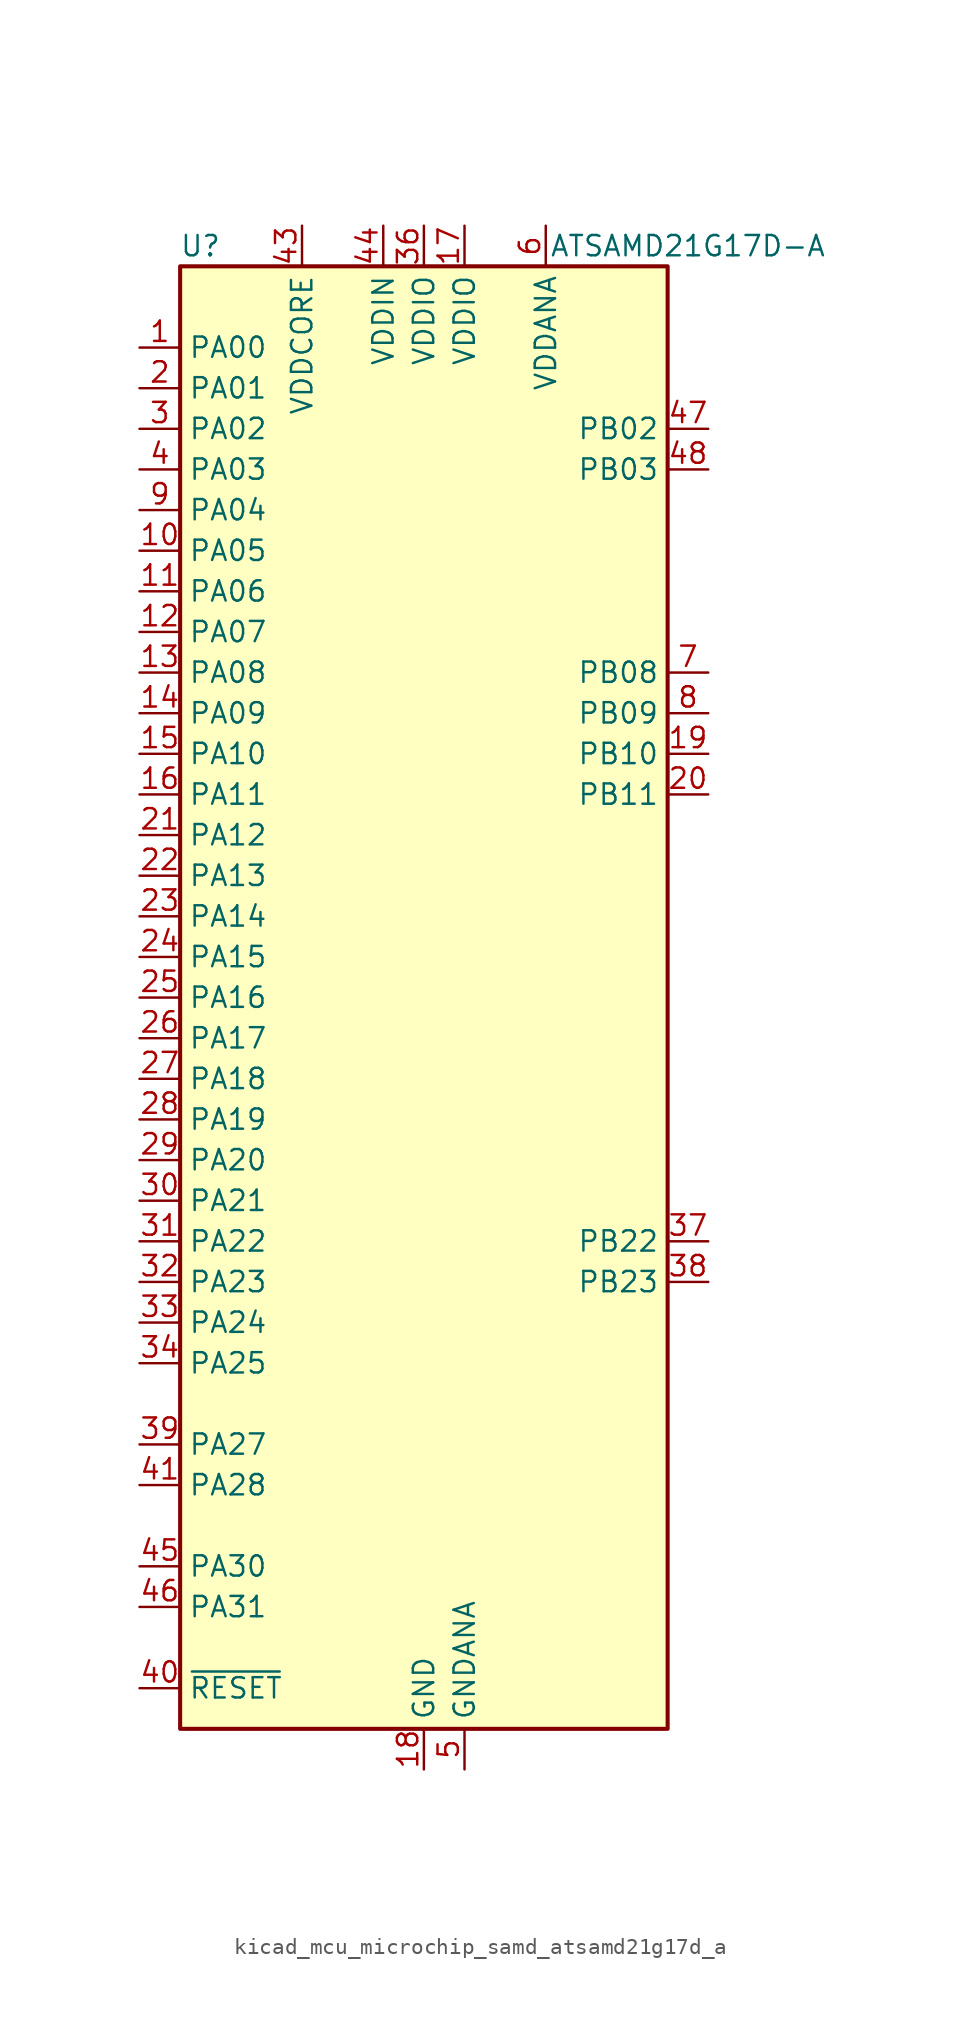
<source format=kicad_sym>
(kicad_symbol_lib
  (version 20220914)
  (generator kicad_symbol_editor)
  (symbol "kicad_mcu_microchip_samd_atsamd21g17d_a"
    (property "Reference" "U"
      (at -13.97 46.99 0)
      (effects (font (size 1.27 1.27))))
    (property "Value" "ATSAMD21G17D-A"
      (at 16.51 46.99 0)
      (effects (font (size 1.27 1.27))))
    (symbol "kicad_mcu_microchip_samd_atsamd21g17d_a_0_1"
      (rectangle (start -15.24 45.72) (end 15.24 -45.72) (stroke (width 0.254) (type default)) (fill (type background))))
    (symbol "kicad_mcu_microchip_samd_atsamd21g17d_a_1_1"
      (pin bidirectional line (at -17.78 40.64 0) (length 2.54) (name "PA00" (effects (font (size 1.27 1.27)))) (number "1" (effects (font (size 1.27 1.27)))))
      (pin bidirectional line (at -17.78 27.94 0) (length 2.54) (name "PA05" (effects (font (size 1.27 1.27)))) (number "10" (effects (font (size 1.27 1.27)))))
      (pin bidirectional line (at -17.78 25.4 0) (length 2.54) (name "PA06" (effects (font (size 1.27 1.27)))) (number "11" (effects (font (size 1.27 1.27)))))
      (pin bidirectional line (at -17.78 22.86 0) (length 2.54) (name "PA07" (effects (font (size 1.27 1.27)))) (number "12" (effects (font (size 1.27 1.27)))))
      (pin bidirectional line (at -17.78 20.32 0) (length 2.54) (name "PA08" (effects (font (size 1.27 1.27)))) (number "13" (effects (font (size 1.27 1.27)))))
      (pin bidirectional line (at -17.78 17.78 0) (length 2.54) (name "PA09" (effects (font (size 1.27 1.27)))) (number "14" (effects (font (size 1.27 1.27)))))
      (pin bidirectional line (at -17.78 15.24 0) (length 2.54) (name "PA10" (effects (font (size 1.27 1.27)))) (number "15" (effects (font (size 1.27 1.27)))))
      (pin bidirectional line (at -17.78 12.7 0) (length 2.54) (name "PA11" (effects (font (size 1.27 1.27)))) (number "16" (effects (font (size 1.27 1.27)))))
      (pin power_in line (at 2.54 48.26 270) (length 2.54) (name "VDDIO" (effects (font (size 1.27 1.27)))) (number "17" (effects (font (size 1.27 1.27)))))
      (pin power_in line (at 0 -48.26 90) (length 2.54) (name "GND" (effects (font (size 1.27 1.27)))) (number "18" (effects (font (size 1.27 1.27)))))
      (pin bidirectional line (at 17.78 15.24 180) (length 2.54) (name "PB10" (effects (font (size 1.27 1.27)))) (number "19" (effects (font (size 1.27 1.27)))))
      (pin bidirectional line (at -17.78 38.1 0) (length 2.54) (name "PA01" (effects (font (size 1.27 1.27)))) (number "2" (effects (font (size 1.27 1.27)))))
      (pin bidirectional line (at 17.78 12.7 180) (length 2.54) (name "PB11" (effects (font (size 1.27 1.27)))) (number "20" (effects (font (size 1.27 1.27)))))
      (pin bidirectional line (at -17.78 10.16 0) (length 2.54) (name "PA12" (effects (font (size 1.27 1.27)))) (number "21" (effects (font (size 1.27 1.27)))))
      (pin bidirectional line (at -17.78 7.62 0) (length 2.54) (name "PA13" (effects (font (size 1.27 1.27)))) (number "22" (effects (font (size 1.27 1.27)))))
      (pin bidirectional line (at -17.78 5.08 0) (length 2.54) (name "PA14" (effects (font (size 1.27 1.27)))) (number "23" (effects (font (size 1.27 1.27)))))
      (pin bidirectional line (at -17.78 2.54 0) (length 2.54) (name "PA15" (effects (font (size 1.27 1.27)))) (number "24" (effects (font (size 1.27 1.27)))))
      (pin bidirectional line (at -17.78 0 0) (length 2.54) (name "PA16" (effects (font (size 1.27 1.27)))) (number "25" (effects (font (size 1.27 1.27)))))
      (pin bidirectional line (at -17.78 -2.54 0) (length 2.54) (name "PA17" (effects (font (size 1.27 1.27)))) (number "26" (effects (font (size 1.27 1.27)))))
      (pin bidirectional line (at -17.78 -5.08 0) (length 2.54) (name "PA18" (effects (font (size 1.27 1.27)))) (number "27" (effects (font (size 1.27 1.27)))))
      (pin bidirectional line (at -17.78 -7.62 0) (length 2.54) (name "PA19" (effects (font (size 1.27 1.27)))) (number "28" (effects (font (size 1.27 1.27)))))
      (pin bidirectional line (at -17.78 -10.16 0) (length 2.54) (name "PA20" (effects (font (size 1.27 1.27)))) (number "29" (effects (font (size 1.27 1.27)))))
      (pin bidirectional line (at -17.78 35.56 0) (length 2.54) (name "PA02" (effects (font (size 1.27 1.27)))) (number "3" (effects (font (size 1.27 1.27)))))
      (pin bidirectional line (at -17.78 -12.7 0) (length 2.54) (name "PA21" (effects (font (size 1.27 1.27)))) (number "30" (effects (font (size 1.27 1.27)))))
      (pin bidirectional line (at -17.78 -15.24 0) (length 2.54) (name "PA22" (effects (font (size 1.27 1.27)))) (number "31" (effects (font (size 1.27 1.27)))))
      (pin bidirectional line (at -17.78 -17.78 0) (length 2.54) (name "PA23" (effects (font (size 1.27 1.27)))) (number "32" (effects (font (size 1.27 1.27)))))
      (pin bidirectional line (at -17.78 -20.32 0) (length 2.54) (name "PA24" (effects (font (size 1.27 1.27)))) (number "33" (effects (font (size 1.27 1.27)))))
      (pin bidirectional line (at -17.78 -22.86 0) (length 2.54) (name "PA25" (effects (font (size 1.27 1.27)))) (number "34" (effects (font (size 1.27 1.27)))))
      (pin passive line (at 0 -48.26 90) (length 2.54) hide (name "GND" (effects (font (size 1.27 1.27)))) (number "35" (effects (font (size 1.27 1.27)))))
      (pin power_in line (at 0 48.26 270) (length 2.54) (name "VDDIO" (effects (font (size 1.27 1.27)))) (number "36" (effects (font (size 1.27 1.27)))))
      (pin bidirectional line (at 17.78 -15.24 180) (length 2.54) (name "PB22" (effects (font (size 1.27 1.27)))) (number "37" (effects (font (size 1.27 1.27)))))
      (pin bidirectional line (at 17.78 -17.78 180) (length 2.54) (name "PB23" (effects (font (size 1.27 1.27)))) (number "38" (effects (font (size 1.27 1.27)))))
      (pin bidirectional line (at -17.78 -27.94 0) (length 2.54) (name "PA27" (effects (font (size 1.27 1.27)))) (number "39" (effects (font (size 1.27 1.27)))))
      (pin bidirectional line (at -17.78 33.02 0) (length 2.54) (name "PA03" (effects (font (size 1.27 1.27)))) (number "4" (effects (font (size 1.27 1.27)))))
      (pin input line (at -17.78 -43.18 0) (length 2.54) (name "~{RESET}" (effects (font (size 1.27 1.27)))) (number "40" (effects (font (size 1.27 1.27)))))
      (pin bidirectional line (at -17.78 -30.48 0) (length 2.54) (name "PA28" (effects (font (size 1.27 1.27)))) (number "41" (effects (font (size 1.27 1.27)))))
      (pin passive line (at 0 -48.26 90) (length 2.54) hide (name "GND" (effects (font (size 1.27 1.27)))) (number "42" (effects (font (size 1.27 1.27)))))
      (pin power_out line (at -7.62 48.26 270) (length 2.54) (name "VDDCORE" (effects (font (size 1.27 1.27)))) (number "43" (effects (font (size 1.27 1.27)))))
      (pin power_in line (at -2.54 48.26 270) (length 2.54) (name "VDDIN" (effects (font (size 1.27 1.27)))) (number "44" (effects (font (size 1.27 1.27)))))
      (pin bidirectional line (at -17.78 -35.56 0) (length 2.54) (name "PA30" (effects (font (size 1.27 1.27)))) (number "45" (effects (font (size 1.27 1.27)))))
      (pin bidirectional line (at -17.78 -38.1 0) (length 2.54) (name "PA31" (effects (font (size 1.27 1.27)))) (number "46" (effects (font (size 1.27 1.27)))))
      (pin bidirectional line (at 17.78 35.56 180) (length 2.54) (name "PB02" (effects (font (size 1.27 1.27)))) (number "47" (effects (font (size 1.27 1.27)))))
      (pin bidirectional line (at 17.78 33.02 180) (length 2.54) (name "PB03" (effects (font (size 1.27 1.27)))) (number "48" (effects (font (size 1.27 1.27)))))
      (pin power_in line (at 2.54 -48.26 90) (length 2.54) (name "GNDANA" (effects (font (size 1.27 1.27)))) (number "5" (effects (font (size 1.27 1.27)))))
      (pin power_in line (at 7.62 48.26 270) (length 2.54) (name "VDDANA" (effects (font (size 1.27 1.27)))) (number "6" (effects (font (size 1.27 1.27)))))
      (pin bidirectional line (at 17.78 20.32 180) (length 2.54) (name "PB08" (effects (font (size 1.27 1.27)))) (number "7" (effects (font (size 1.27 1.27)))))
      (pin bidirectional line (at 17.78 17.78 180) (length 2.54) (name "PB09" (effects (font (size 1.27 1.27)))) (number "8" (effects (font (size 1.27 1.27)))))
      (pin bidirectional line (at -17.78 30.48 0) (length 2.54) (name "PA04" (effects (font (size 1.27 1.27)))) (number "9" (effects (font (size 1.27 1.27))))))))
</source>
